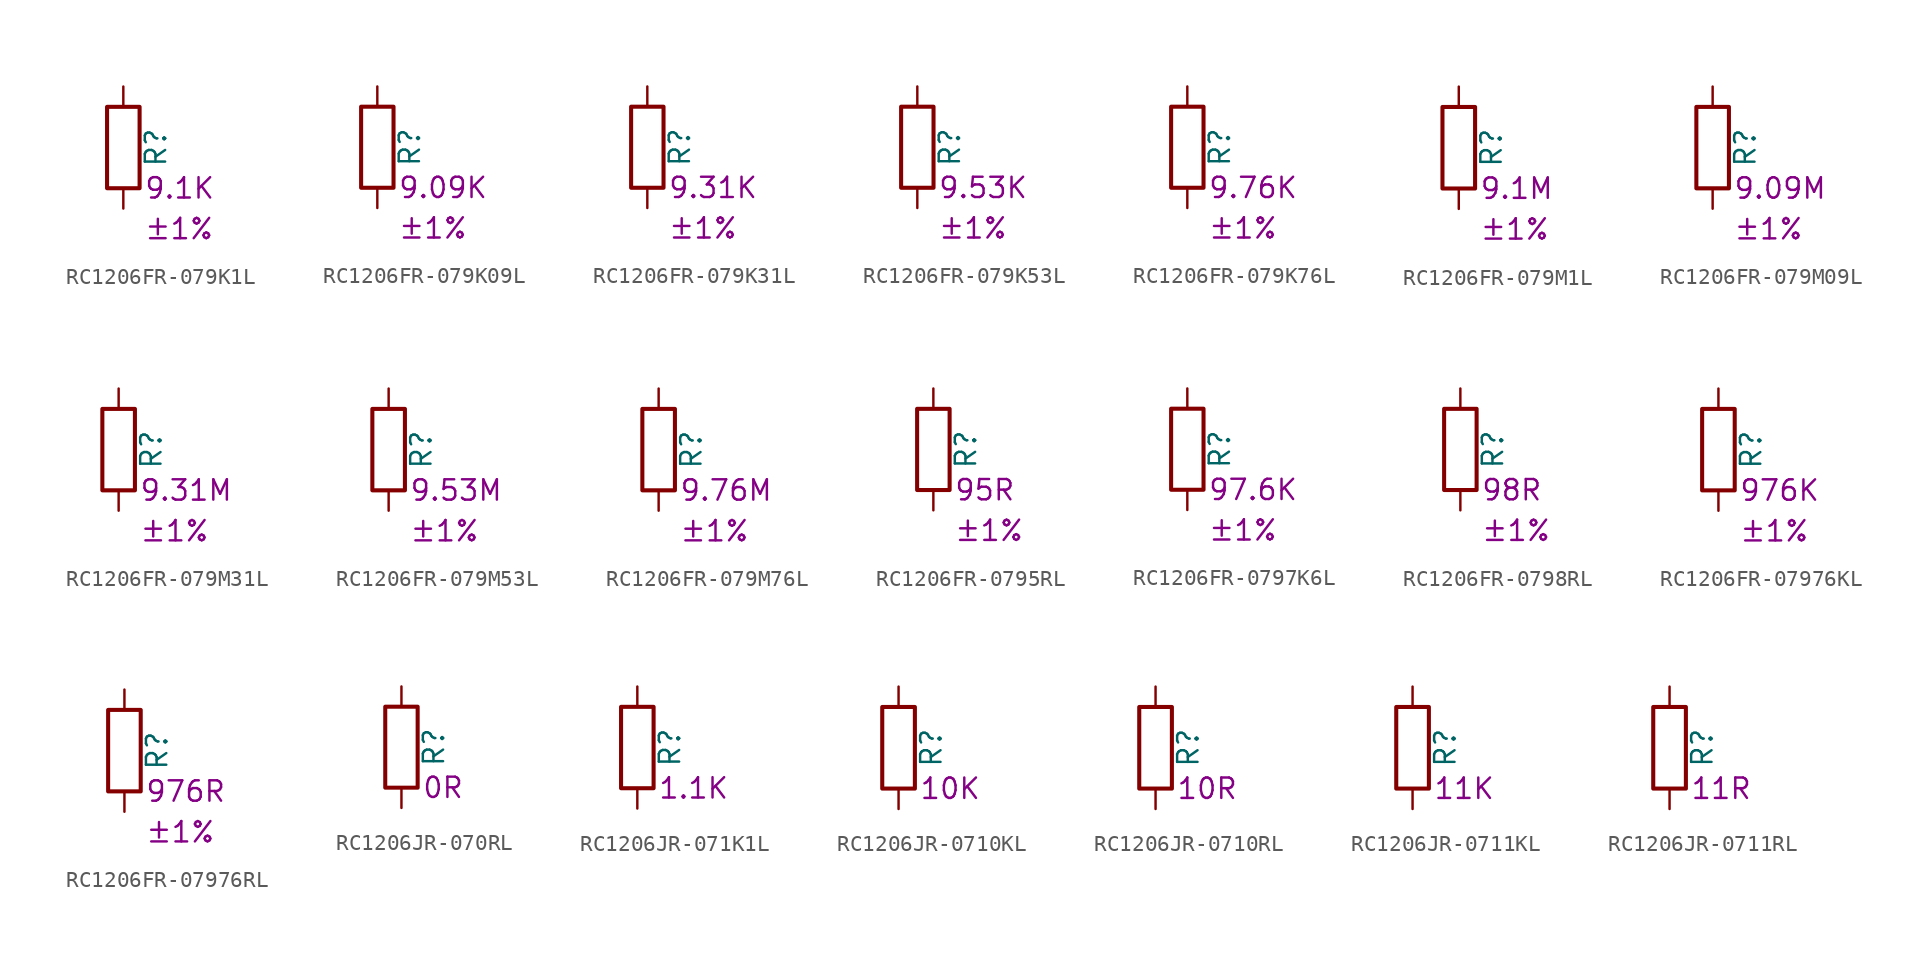
<source format=kicad_sym>
(kicad_symbol_lib
  (version 20220914)
  (generator kicad_symbol_editor)
  (symbol "RC1206FR-079K1L"
    (pin_numbers hide)
    (pin_names
      (offset 0))
    (property "Reference" "R"
      (at 2.032 0 90)
      (effects (font (size 1.27 1.27))))
    (property "Resistance" "9.1K"
      (at 1.27 -2.54 0)
      (effects (font (size 1.27 1.27)) (justify left)))
    (property "Tolerance" "±1%"
      (at 1.27 -5.08 0)
      (effects (font (size 1.27 1.27)) (justify left)))
    (symbol "RC1206FR-079K1L_0_1"
      (rectangle (start -1.016 -2.54) (end 1.016 2.54) (stroke (width 0.254) (type default)) (fill (type none))))
    (symbol "RC1206FR-079K1L_1_1"
      (pin passive line (at 0 3.81 270) (length 1.27) (name "~" (effects (font (size 1.27 1.27)))) (number "1" (effects (font (size 1.27 1.27)))))
      (pin passive line (at 0 -3.81 90) (length 1.27) (name "~" (effects (font (size 1.27 1.27)))) (number "2" (effects (font (size 1.27 1.27)))))))
  (symbol "RC1206FR-079K09L"
    (pin_numbers hide)
    (pin_names
      (offset 0))
    (property "Reference" "R"
      (at 2.032 0 90)
      (effects (font (size 1.27 1.27))))
    (property "Resistance" "9.09K"
      (at 1.27 -2.54 0)
      (effects (font (size 1.27 1.27)) (justify left)))
    (property "Tolerance" "±1%"
      (at 1.27 -5.08 0)
      (effects (font (size 1.27 1.27)) (justify left)))
    (symbol "RC1206FR-079K09L_0_1"
      (rectangle (start -1.016 -2.54) (end 1.016 2.54) (stroke (width 0.254) (type default)) (fill (type none))))
    (symbol "RC1206FR-079K09L_1_1"
      (pin passive line (at 0 3.81 270) (length 1.27) (name "~" (effects (font (size 1.27 1.27)))) (number "1" (effects (font (size 1.27 1.27)))))
      (pin passive line (at 0 -3.81 90) (length 1.27) (name "~" (effects (font (size 1.27 1.27)))) (number "2" (effects (font (size 1.27 1.27)))))))
  (symbol "RC1206FR-079K31L"
    (pin_numbers hide)
    (pin_names
      (offset 0))
    (property "Reference" "R"
      (at 2.032 0 90)
      (effects (font (size 1.27 1.27))))
    (property "Resistance" "9.31K"
      (at 1.27 -2.54 0)
      (effects (font (size 1.27 1.27)) (justify left)))
    (property "Tolerance" "±1%"
      (at 1.27 -5.08 0)
      (effects (font (size 1.27 1.27)) (justify left)))
    (symbol "RC1206FR-079K31L_0_1"
      (rectangle (start -1.016 -2.54) (end 1.016 2.54) (stroke (width 0.254) (type default)) (fill (type none))))
    (symbol "RC1206FR-079K31L_1_1"
      (pin passive line (at 0 3.81 270) (length 1.27) (name "~" (effects (font (size 1.27 1.27)))) (number "1" (effects (font (size 1.27 1.27)))))
      (pin passive line (at 0 -3.81 90) (length 1.27) (name "~" (effects (font (size 1.27 1.27)))) (number "2" (effects (font (size 1.27 1.27)))))))
  (symbol "RC1206FR-079K53L"
    (pin_numbers hide)
    (pin_names
      (offset 0))
    (property "Reference" "R"
      (at 2.032 0 90)
      (effects (font (size 1.27 1.27))))
    (property "Resistance" "9.53K"
      (at 1.27 -2.54 0)
      (effects (font (size 1.27 1.27)) (justify left)))
    (property "Tolerance" "±1%"
      (at 1.27 -5.08 0)
      (effects (font (size 1.27 1.27)) (justify left)))
    (symbol "RC1206FR-079K53L_0_1"
      (rectangle (start -1.016 -2.54) (end 1.016 2.54) (stroke (width 0.254) (type default)) (fill (type none))))
    (symbol "RC1206FR-079K53L_1_1"
      (pin passive line (at 0 3.81 270) (length 1.27) (name "~" (effects (font (size 1.27 1.27)))) (number "1" (effects (font (size 1.27 1.27)))))
      (pin passive line (at 0 -3.81 90) (length 1.27) (name "~" (effects (font (size 1.27 1.27)))) (number "2" (effects (font (size 1.27 1.27)))))))
  (symbol "RC1206FR-079K76L"
    (pin_numbers hide)
    (pin_names
      (offset 0))
    (property "Reference" "R"
      (at 2.032 0 90)
      (effects (font (size 1.27 1.27))))
    (property "Resistance" "9.76K"
      (at 1.27 -2.54 0)
      (effects (font (size 1.27 1.27)) (justify left)))
    (property "Tolerance" "±1%"
      (at 1.27 -5.08 0)
      (effects (font (size 1.27 1.27)) (justify left)))
    (symbol "RC1206FR-079K76L_0_1"
      (rectangle (start -1.016 -2.54) (end 1.016 2.54) (stroke (width 0.254) (type default)) (fill (type none))))
    (symbol "RC1206FR-079K76L_1_1"
      (pin passive line (at 0 3.81 270) (length 1.27) (name "~" (effects (font (size 1.27 1.27)))) (number "1" (effects (font (size 1.27 1.27)))))
      (pin passive line (at 0 -3.81 90) (length 1.27) (name "~" (effects (font (size 1.27 1.27)))) (number "2" (effects (font (size 1.27 1.27)))))))
  (symbol "RC1206FR-079M1L"
    (pin_numbers hide)
    (pin_names
      (offset 0))
    (property "Reference" "R"
      (at 2.032 0 90)
      (effects (font (size 1.27 1.27))))
    (property "Resistance" "9.1M"
      (at 1.27 -2.54 0)
      (effects (font (size 1.27 1.27)) (justify left)))
    (property "Tolerance" "±1%"
      (at 1.27 -5.08 0)
      (effects (font (size 1.27 1.27)) (justify left)))
    (symbol "RC1206FR-079M1L_0_1"
      (rectangle (start -1.016 -2.54) (end 1.016 2.54) (stroke (width 0.254) (type default)) (fill (type none))))
    (symbol "RC1206FR-079M1L_1_1"
      (pin passive line (at 0 3.81 270) (length 1.27) (name "~" (effects (font (size 1.27 1.27)))) (number "1" (effects (font (size 1.27 1.27)))))
      (pin passive line (at 0 -3.81 90) (length 1.27) (name "~" (effects (font (size 1.27 1.27)))) (number "2" (effects (font (size 1.27 1.27)))))))
  (symbol "RC1206FR-079M09L"
    (pin_numbers hide)
    (pin_names
      (offset 0))
    (property "Reference" "R"
      (at 2.032 0 90)
      (effects (font (size 1.27 1.27))))
    (property "Resistance" "9.09M"
      (at 1.27 -2.54 0)
      (effects (font (size 1.27 1.27)) (justify left)))
    (property "Tolerance" "±1%"
      (at 1.27 -5.08 0)
      (effects (font (size 1.27 1.27)) (justify left)))
    (symbol "RC1206FR-079M09L_0_1"
      (rectangle (start -1.016 -2.54) (end 1.016 2.54) (stroke (width 0.254) (type default)) (fill (type none))))
    (symbol "RC1206FR-079M09L_1_1"
      (pin passive line (at 0 3.81 270) (length 1.27) (name "~" (effects (font (size 1.27 1.27)))) (number "1" (effects (font (size 1.27 1.27)))))
      (pin passive line (at 0 -3.81 90) (length 1.27) (name "~" (effects (font (size 1.27 1.27)))) (number "2" (effects (font (size 1.27 1.27)))))))
  (symbol "RC1206FR-079M31L"
    (pin_numbers hide)
    (pin_names
      (offset 0))
    (property "Reference" "R"
      (at 2.032 0 90)
      (effects (font (size 1.27 1.27))))
    (property "Resistance" "9.31M"
      (at 1.27 -2.54 0)
      (effects (font (size 1.27 1.27)) (justify left)))
    (property "Tolerance" "±1%"
      (at 1.27 -5.08 0)
      (effects (font (size 1.27 1.27)) (justify left)))
    (symbol "RC1206FR-079M31L_0_1"
      (rectangle (start -1.016 -2.54) (end 1.016 2.54) (stroke (width 0.254) (type default)) (fill (type none))))
    (symbol "RC1206FR-079M31L_1_1"
      (pin passive line (at 0 3.81 270) (length 1.27) (name "~" (effects (font (size 1.27 1.27)))) (number "1" (effects (font (size 1.27 1.27)))))
      (pin passive line (at 0 -3.81 90) (length 1.27) (name "~" (effects (font (size 1.27 1.27)))) (number "2" (effects (font (size 1.27 1.27)))))))
  (symbol "RC1206FR-079M53L"
    (pin_numbers hide)
    (pin_names
      (offset 0))
    (property "Reference" "R"
      (at 2.032 0 90)
      (effects (font (size 1.27 1.27))))
    (property "Resistance" "9.53M"
      (at 1.27 -2.54 0)
      (effects (font (size 1.27 1.27)) (justify left)))
    (property "Tolerance" "±1%"
      (at 1.27 -5.08 0)
      (effects (font (size 1.27 1.27)) (justify left)))
    (symbol "RC1206FR-079M53L_0_1"
      (rectangle (start -1.016 -2.54) (end 1.016 2.54) (stroke (width 0.254) (type default)) (fill (type none))))
    (symbol "RC1206FR-079M53L_1_1"
      (pin passive line (at 0 3.81 270) (length 1.27) (name "~" (effects (font (size 1.27 1.27)))) (number "1" (effects (font (size 1.27 1.27)))))
      (pin passive line (at 0 -3.81 90) (length 1.27) (name "~" (effects (font (size 1.27 1.27)))) (number "2" (effects (font (size 1.27 1.27)))))))
  (symbol "RC1206FR-079M76L"
    (pin_numbers hide)
    (pin_names
      (offset 0))
    (property "Reference" "R"
      (at 2.032 0 90)
      (effects (font (size 1.27 1.27))))
    (property "Resistance" "9.76M"
      (at 1.27 -2.54 0)
      (effects (font (size 1.27 1.27)) (justify left)))
    (property "Tolerance" "±1%"
      (at 1.27 -5.08 0)
      (effects (font (size 1.27 1.27)) (justify left)))
    (symbol "RC1206FR-079M76L_0_1"
      (rectangle (start -1.016 -2.54) (end 1.016 2.54) (stroke (width 0.254) (type default)) (fill (type none))))
    (symbol "RC1206FR-079M76L_1_1"
      (pin passive line (at 0 3.81 270) (length 1.27) (name "~" (effects (font (size 1.27 1.27)))) (number "1" (effects (font (size 1.27 1.27)))))
      (pin passive line (at 0 -3.81 90) (length 1.27) (name "~" (effects (font (size 1.27 1.27)))) (number "2" (effects (font (size 1.27 1.27)))))))
  (symbol "RC1206FR-0795RL"
    (pin_numbers hide)
    (pin_names
      (offset 0))
    (property "Reference" "R"
      (at 2.032 0 90)
      (effects (font (size 1.27 1.27))))
    (property "Resistance" "95R"
      (at 1.27 -2.54 0)
      (effects (font (size 1.27 1.27)) (justify left)))
    (property "Tolerance" "±1%"
      (at 1.27 -5.08 0)
      (effects (font (size 1.27 1.27)) (justify left)))
    (symbol "RC1206FR-0795RL_0_1"
      (rectangle (start -1.016 -2.54) (end 1.016 2.54) (stroke (width 0.254) (type default)) (fill (type none))))
    (symbol "RC1206FR-0795RL_1_1"
      (pin passive line (at 0 3.81 270) (length 1.27) (name "~" (effects (font (size 1.27 1.27)))) (number "1" (effects (font (size 1.27 1.27)))))
      (pin passive line (at 0 -3.81 90) (length 1.27) (name "~" (effects (font (size 1.27 1.27)))) (number "2" (effects (font (size 1.27 1.27)))))))
  (symbol "RC1206FR-0797K6L"
    (pin_numbers hide)
    (pin_names
      (offset 0))
    (property "Reference" "R"
      (at 2.032 0 90)
      (effects (font (size 1.27 1.27))))
    (property "Resistance" "97.6K"
      (at 1.27 -2.54 0)
      (effects (font (size 1.27 1.27)) (justify left)))
    (property "Tolerance" "±1%"
      (at 1.27 -5.08 0)
      (effects (font (size 1.27 1.27)) (justify left)))
    (symbol "RC1206FR-0797K6L_0_1"
      (rectangle (start -1.016 -2.54) (end 1.016 2.54) (stroke (width 0.254) (type default)) (fill (type none))))
    (symbol "RC1206FR-0797K6L_1_1"
      (pin passive line (at 0 3.81 270) (length 1.27) (name "~" (effects (font (size 1.27 1.27)))) (number "1" (effects (font (size 1.27 1.27)))))
      (pin passive line (at 0 -3.81 90) (length 1.27) (name "~" (effects (font (size 1.27 1.27)))) (number "2" (effects (font (size 1.27 1.27)))))))
  (symbol "RC1206FR-0798RL"
    (pin_numbers hide)
    (pin_names
      (offset 0))
    (property "Reference" "R"
      (at 2.032 0 90)
      (effects (font (size 1.27 1.27))))
    (property "Resistance" "98R"
      (at 1.27 -2.54 0)
      (effects (font (size 1.27 1.27)) (justify left)))
    (property "Tolerance" "±1%"
      (at 1.27 -5.08 0)
      (effects (font (size 1.27 1.27)) (justify left)))
    (symbol "RC1206FR-0798RL_0_1"
      (rectangle (start -1.016 -2.54) (end 1.016 2.54) (stroke (width 0.254) (type default)) (fill (type none))))
    (symbol "RC1206FR-0798RL_1_1"
      (pin passive line (at 0 3.81 270) (length 1.27) (name "~" (effects (font (size 1.27 1.27)))) (number "1" (effects (font (size 1.27 1.27)))))
      (pin passive line (at 0 -3.81 90) (length 1.27) (name "~" (effects (font (size 1.27 1.27)))) (number "2" (effects (font (size 1.27 1.27)))))))
  (symbol "RC1206FR-07976KL"
    (pin_numbers hide)
    (pin_names
      (offset 0))
    (property "Reference" "R"
      (at 2.032 0 90)
      (effects (font (size 1.27 1.27))))
    (property "Resistance" "976K"
      (at 1.27 -2.54 0)
      (effects (font (size 1.27 1.27)) (justify left)))
    (property "Tolerance" "±1%"
      (at 1.27 -5.08 0)
      (effects (font (size 1.27 1.27)) (justify left)))
    (symbol "RC1206FR-07976KL_0_1"
      (rectangle (start -1.016 -2.54) (end 1.016 2.54) (stroke (width 0.254) (type default)) (fill (type none))))
    (symbol "RC1206FR-07976KL_1_1"
      (pin passive line (at 0 3.81 270) (length 1.27) (name "~" (effects (font (size 1.27 1.27)))) (number "1" (effects (font (size 1.27 1.27)))))
      (pin passive line (at 0 -3.81 90) (length 1.27) (name "~" (effects (font (size 1.27 1.27)))) (number "2" (effects (font (size 1.27 1.27)))))))
  (symbol "RC1206FR-07976RL"
    (pin_numbers hide)
    (pin_names
      (offset 0))
    (property "Reference" "R"
      (at 2.032 0 90)
      (effects (font (size 1.27 1.27))))
    (property "Resistance" "976R"
      (at 1.27 -2.54 0)
      (effects (font (size 1.27 1.27)) (justify left)))
    (property "Tolerance" "±1%"
      (at 1.27 -5.08 0)
      (effects (font (size 1.27 1.27)) (justify left)))
    (symbol "RC1206FR-07976RL_0_1"
      (rectangle (start -1.016 -2.54) (end 1.016 2.54) (stroke (width 0.254) (type default)) (fill (type none))))
    (symbol "RC1206FR-07976RL_1_1"
      (pin passive line (at 0 3.81 270) (length 1.27) (name "~" (effects (font (size 1.27 1.27)))) (number "1" (effects (font (size 1.27 1.27)))))
      (pin passive line (at 0 -3.81 90) (length 1.27) (name "~" (effects (font (size 1.27 1.27)))) (number "2" (effects (font (size 1.27 1.27)))))))
  (symbol "RC1206JR-070RL"
    (pin_numbers hide)
    (pin_names
      (offset 0))
    (property "Reference" "R"
      (at 2.032 0 90)
      (effects (font (size 1.27 1.27))))
    (property "Resistance" "0R"
      (at 1.27 -2.54 0)
      (effects (font (size 1.27 1.27)) (justify left)))
    (symbol "RC1206JR-070RL_0_1"
      (rectangle (start -1.016 -2.54) (end 1.016 2.54) (stroke (width 0.254) (type default)) (fill (type none))))
    (symbol "RC1206JR-070RL_1_1"
      (pin passive line (at 0 3.81 270) (length 1.27) (name "~" (effects (font (size 1.27 1.27)))) (number "1" (effects (font (size 1.27 1.27)))))
      (pin passive line (at 0 -3.81 90) (length 1.27) (name "~" (effects (font (size 1.27 1.27)))) (number "2" (effects (font (size 1.27 1.27)))))))
  (symbol "RC1206JR-071K1L"
    (pin_numbers hide)
    (pin_names
      (offset 0))
    (property "Reference" "R"
      (at 2.032 0 90)
      (effects (font (size 1.27 1.27))))
    (property "Resistance" "1.1K"
      (at 1.27 -2.54 0)
      (effects (font (size 1.27 1.27)) (justify left)))
    (symbol "RC1206JR-071K1L_0_1"
      (rectangle (start -1.016 -2.54) (end 1.016 2.54) (stroke (width 0.254) (type default)) (fill (type none))))
    (symbol "RC1206JR-071K1L_1_1"
      (pin passive line (at 0 3.81 270) (length 1.27) (name "~" (effects (font (size 1.27 1.27)))) (number "1" (effects (font (size 1.27 1.27)))))
      (pin passive line (at 0 -3.81 90) (length 1.27) (name "~" (effects (font (size 1.27 1.27)))) (number "2" (effects (font (size 1.27 1.27)))))))
  (symbol "RC1206JR-0710KL"
    (pin_numbers hide)
    (pin_names
      (offset 0))
    (property "Reference" "R"
      (at 2.032 0 90)
      (effects (font (size 1.27 1.27))))
    (property "Resistance" "10K"
      (at 1.27 -2.54 0)
      (effects (font (size 1.27 1.27)) (justify left)))
    (symbol "RC1206JR-0710KL_0_1"
      (rectangle (start -1.016 -2.54) (end 1.016 2.54) (stroke (width 0.254) (type default)) (fill (type none))))
    (symbol "RC1206JR-0710KL_1_1"
      (pin passive line (at 0 3.81 270) (length 1.27) (name "~" (effects (font (size 1.27 1.27)))) (number "1" (effects (font (size 1.27 1.27)))))
      (pin passive line (at 0 -3.81 90) (length 1.27) (name "~" (effects (font (size 1.27 1.27)))) (number "2" (effects (font (size 1.27 1.27)))))))
  (symbol "RC1206JR-0710RL"
    (pin_numbers hide)
    (pin_names
      (offset 0))
    (property "Reference" "R"
      (at 2.032 0 90)
      (effects (font (size 1.27 1.27))))
    (property "Resistance" "10R"
      (at 1.27 -2.54 0)
      (effects (font (size 1.27 1.27)) (justify left)))
    (symbol "RC1206JR-0710RL_0_1"
      (rectangle (start -1.016 -2.54) (end 1.016 2.54) (stroke (width 0.254) (type default)) (fill (type none))))
    (symbol "RC1206JR-0710RL_1_1"
      (pin passive line (at 0 3.81 270) (length 1.27) (name "~" (effects (font (size 1.27 1.27)))) (number "1" (effects (font (size 1.27 1.27)))))
      (pin passive line (at 0 -3.81 90) (length 1.27) (name "~" (effects (font (size 1.27 1.27)))) (number "2" (effects (font (size 1.27 1.27)))))))
  (symbol "RC1206JR-0711KL"
    (pin_numbers hide)
    (pin_names
      (offset 0))
    (property "Reference" "R"
      (at 2.032 0 90)
      (effects (font (size 1.27 1.27))))
    (property "Resistance" "11K"
      (at 1.27 -2.54 0)
      (effects (font (size 1.27 1.27)) (justify left)))
    (symbol "RC1206JR-0711KL_0_1"
      (rectangle (start -1.016 -2.54) (end 1.016 2.54) (stroke (width 0.254) (type default)) (fill (type none))))
    (symbol "RC1206JR-0711KL_1_1"
      (pin passive line (at 0 3.81 270) (length 1.27) (name "~" (effects (font (size 1.27 1.27)))) (number "1" (effects (font (size 1.27 1.27)))))
      (pin passive line (at 0 -3.81 90) (length 1.27) (name "~" (effects (font (size 1.27 1.27)))) (number "2" (effects (font (size 1.27 1.27)))))))
  (symbol "RC1206JR-0711RL"
    (pin_numbers hide)
    (pin_names
      (offset 0))
    (property "Reference" "R"
      (at 2.032 0 90)
      (effects (font (size 1.27 1.27))))
    (property "Resistance" "11R"
      (at 1.27 -2.54 0)
      (effects (font (size 1.27 1.27)) (justify left)))
    (symbol "RC1206JR-0711RL_0_1"
      (rectangle (start -1.016 -2.54) (end 1.016 2.54) (stroke (width 0.254) (type default)) (fill (type none))))
    (symbol "RC1206JR-0711RL_1_1"
      (pin passive line (at 0 3.81 270) (length 1.27) (name "~" (effects (font (size 1.27 1.27)))) (number "1" (effects (font (size 1.27 1.27)))))
      (pin passive line (at 0 -3.81 90) (length 1.27) (name "~" (effects (font (size 1.27 1.27)))) (number "2" (effects (font (size 1.27 1.27))))))))
</source>
